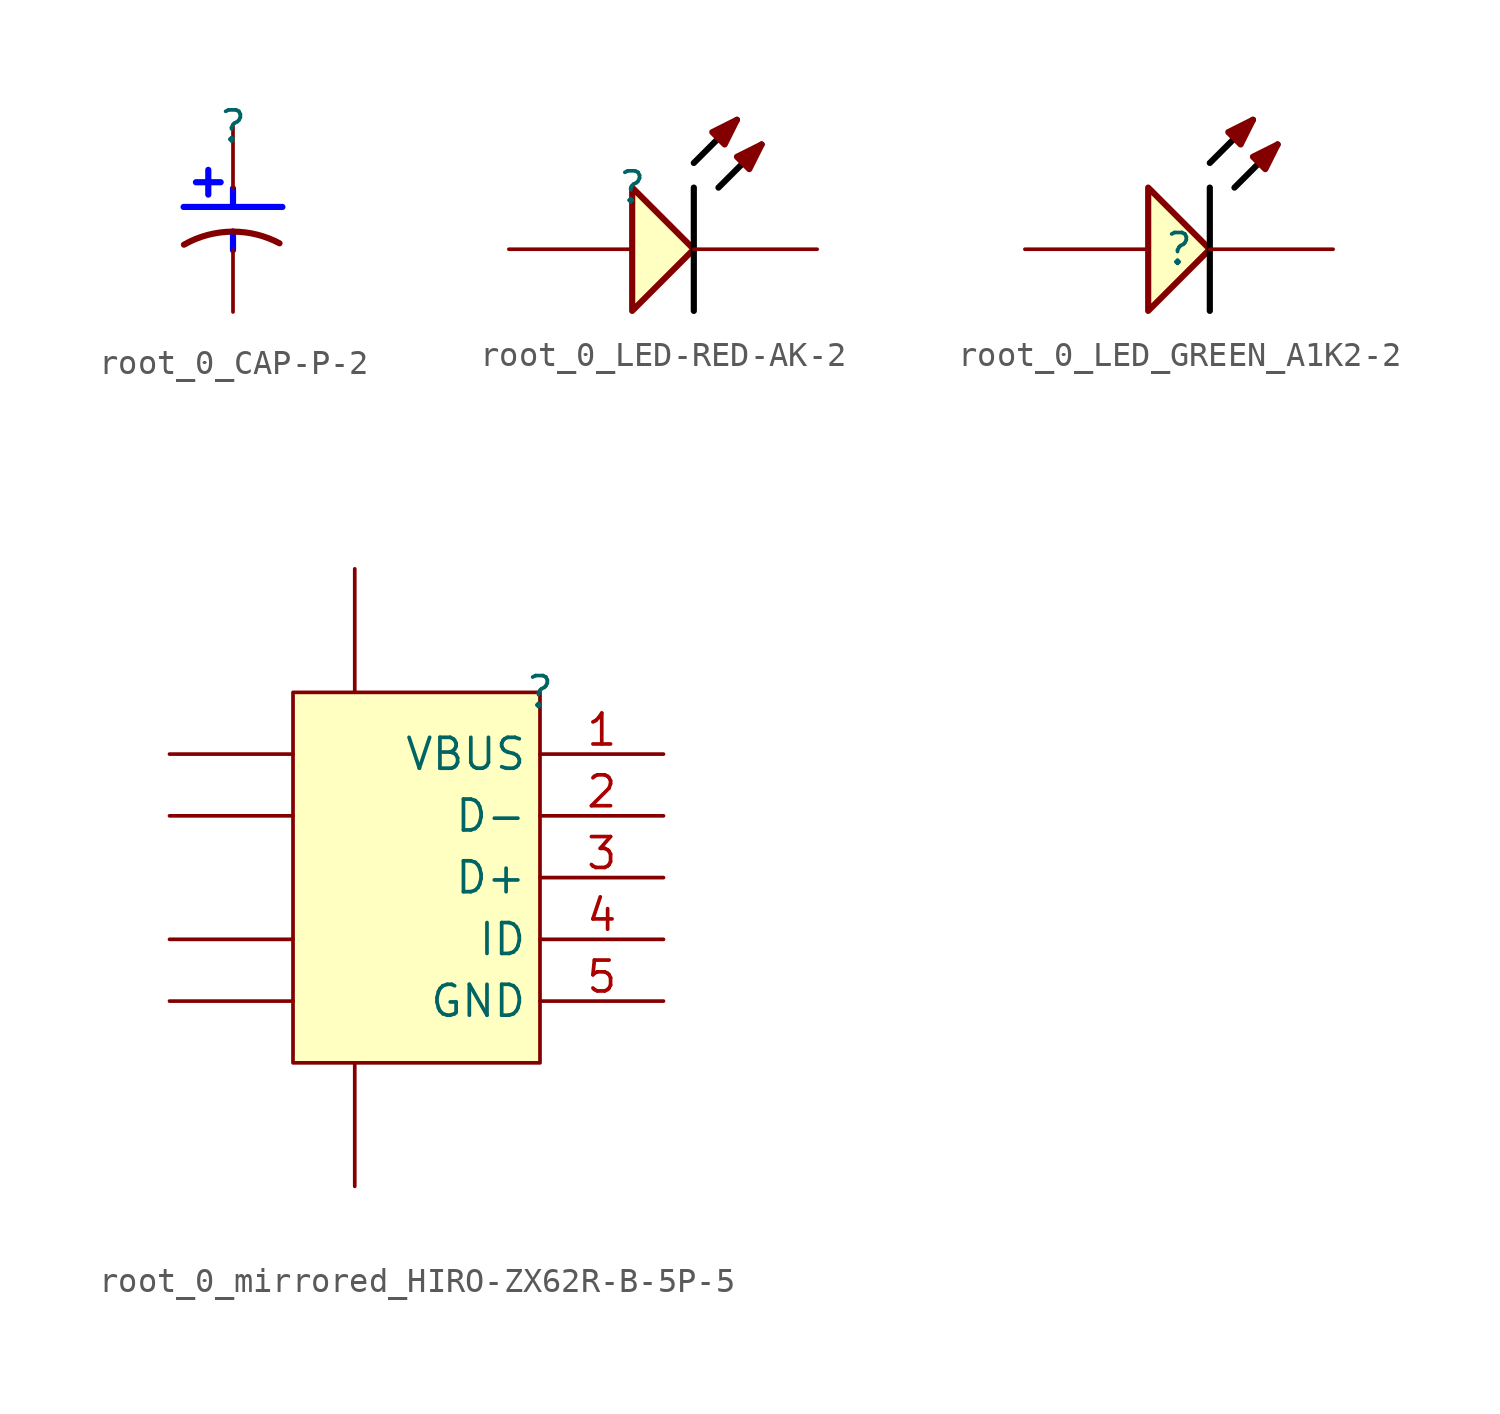
<source format=kicad_sym>
(kicad_symbol_lib
  (version 20220914)
  (generator kicad_symbol_editor)
  (symbol "root_0_CAP-P-2"
    (property "Reference" ""
      (at 0 0 0)
      (effects (font (size 1.27 1.27))))
    (property "Value" ""
      (at 0 0 0)
      (effects (font (size 1.27 1.27))))
    (symbol "root_0_CAP-P-2_1_0"
      (arc (start 0 -4.318) (mid -1.0431 -4.4541) (end -2.0163 -4.8535) (stroke (width 0.254) (type solid)) (fill (type none)))
      (polyline (pts (xy -2.032 -3.302) (xy 2.032 -3.302)) (stroke (width 0.254) (type solid) (color 0 0 255 1)) (fill (type none)))
      (polyline (pts (xy -1.524 -2.286) (xy -0.508 -2.286)) (stroke (width 0.254) (type solid) (color 0 0 255 1)) (fill (type none)))
      (polyline (pts (xy -1.016 -1.778) (xy -1.016 -2.794)) (stroke (width 0.254) (type solid) (color 0 0 255 1)) (fill (type none)))
      (polyline (pts (xy 0 -4.318) (xy 0 -5.08)) (stroke (width 0.254) (type solid) (color 0 0 255 1)) (fill (type none)))
      (polyline (pts (xy 0 -2.54) (xy 0 -3.302)) (stroke (width 0.254) (type solid) (color 0 0 255 1)) (fill (type none)))
      (arc (start 1.9124 -4.7961) (mid 0.9856 -4.4393) (end 0 -4.318) (stroke (width 0.254) (type solid)) (fill (type none)))
      (pin passive line (at 0 0 270) (length 2.54) (name "1" (effects (font (size 0 0)))) (number "1" (effects (font (size 0 0)))))
      (pin passive line (at 0 -7.62 90) (length 2.54) (name "2" (effects (font (size 0 0)))) (number "2" (effects (font (size 0 0)))))))
  (symbol "root_0_LED-RED-AK-2"
    (property "Reference" ""
      (at 0 0 0)
      (effects (font (size 1.27 1.27))))
    (property "Value" ""
      (at 0 0 0)
      (effects (font (size 1.27 1.27))))
    (symbol "root_0_LED-RED-AK-2_1_0"
      (polyline (pts (xy 2.54 0) (xy 2.54 -5.08)) (stroke (width 0.254) (type solid) (color 0 0 0 1)) (fill (type none)))
      (polyline (pts (xy 2.54 1.016) (xy 4.318 2.794)) (stroke (width 0.254) (type solid) (color 0 0 0 1)) (fill (type none)))
      (polyline (pts (xy 3.556 0) (xy 5.334 1.778)) (stroke (width 0.254) (type solid) (color 0 0 0 1)) (fill (type none)))
      (polyline (pts (xy 0 -5.08) (xy 2.54 -2.54) (xy 0 0) (xy 0 -5.08)) (stroke (width 0.254) (type solid)) (fill (type background)))
      (polyline (pts (xy 4.318 2.794) (xy 3.302 2.286) (xy 3.81 1.778) (xy 4.318 2.794)) (stroke (width 0.254) (type solid)) (fill (type outline)))
      (polyline (pts (xy 5.334 1.778) (xy 4.318 1.27) (xy 4.826 0.762) (xy 5.334 1.778)) (stroke (width 0.254) (type solid)) (fill (type outline)))
      (pin passive line (at -5.08 -2.54 0) (length 5.08) (name "A" (effects (font (size 0 0)))) (number "1" (effects (font (size 0 0)))))
      (pin passive line (at 7.62 -2.54 180) (length 5.08) (name "K" (effects (font (size 0 0)))) (number "2" (effects (font (size 0 0)))))))
  (symbol "root_0_LED_GREEN_A1K2-2"
    (property "Reference" ""
      (at 0 0 0)
      (effects (font (size 1.27 1.27))))
    (property "Value" ""
      (at 0 0 0)
      (effects (font (size 1.27 1.27))))
    (symbol "root_0_LED_GREEN_A1K2-2_1_0"
      (polyline (pts (xy 1.27 2.54) (xy 1.27 -2.54)) (stroke (width 0.254) (type solid) (color 0 0 0 1)) (fill (type none)))
      (polyline (pts (xy 1.27 3.556) (xy 3.048 5.334)) (stroke (width 0.254) (type solid) (color 0 0 0 1)) (fill (type none)))
      (polyline (pts (xy 2.286 2.54) (xy 4.064 4.318)) (stroke (width 0.254) (type solid) (color 0 0 0 1)) (fill (type none)))
      (polyline (pts (xy -1.27 -2.54) (xy 1.27 0) (xy -1.27 2.54) (xy -1.27 -2.54)) (stroke (width 0.254) (type solid)) (fill (type background)))
      (polyline (pts (xy 3.048 5.334) (xy 2.032 4.826) (xy 2.54 4.318) (xy 3.048 5.334)) (stroke (width 0.254) (type solid)) (fill (type outline)))
      (polyline (pts (xy 4.064 4.318) (xy 3.048 3.81) (xy 3.556 3.302) (xy 4.064 4.318)) (stroke (width 0.254) (type solid)) (fill (type outline)))
      (pin passive line (at -6.35 0 0) (length 5.08) (name "A" (effects (font (size 0 0)))) (number "1" (effects (font (size 0 0)))))
      (pin passive line (at 6.35 0 180) (length 5.08) (name "K" (effects (font (size 0 0)))) (number "2" (effects (font (size 0 0)))))))
  (symbol "root_0_mirrored_HIRO-ZX62R-B-5P-5"
    (property "Reference" ""
      (at 0 0 0)
      (effects (font (size 1.27 1.27))))
    (property "Value" ""
      (at 0 0 0)
      (effects (font (size 1.27 1.27))))
    (symbol "root_0_mirrored_HIRO-ZX62R-B-5P-5_1_0"
      (rectangle (start 0 0) (end -10.16 -15.24) (stroke (width 0) (type solid)) (fill (type background)))
      (pin power_in line (at 5.08 -2.54 180) (length 5.08) (name "VBUS" (effects (font (size 1.27 1.27)))) (number "1" (effects (font (size 1.27 1.27)))))
      (pin passive line (at -15.24 -2.54 0) (length 5.08) (name "SHLD" (effects (font (size 0 0)))) (number "10" (effects (font (size 0 0)))))
      (pin passive line (at -7.62 5.08 270) (length 5.08) (name "SHLD" (effects (font (size 0 0)))) (number "11" (effects (font (size 0 0)))))
      (pin bidirectional line (at 5.08 -5.08 180) (length 5.08) (name "D-" (effects (font (size 1.27 1.27)))) (number "2" (effects (font (size 1.27 1.27)))))
      (pin bidirectional line (at 5.08 -7.62 180) (length 5.08) (name "D+" (effects (font (size 1.27 1.27)))) (number "3" (effects (font (size 1.27 1.27)))))
      (pin passive line (at 5.08 -10.16 180) (length 5.08) (name "ID" (effects (font (size 1.27 1.27)))) (number "4" (effects (font (size 1.27 1.27)))))
      (pin power_in line (at 5.08 -12.7 180) (length 5.08) (name "GND" (effects (font (size 1.27 1.27)))) (number "5" (effects (font (size 1.27 1.27)))))
      (pin passive line (at -7.62 -20.32 90) (length 5.08) (name "SHLD" (effects (font (size 0 0)))) (number "6" (effects (font (size 0 0)))))
      (pin passive line (at -15.24 -12.7 0) (length 5.08) (name "SHLD" (effects (font (size 0 0)))) (number "7" (effects (font (size 0 0)))))
      (pin passive line (at -15.24 -10.16 0) (length 5.08) (name "SHLD" (effects (font (size 0 0)))) (number "8" (effects (font (size 0 0)))))
      (pin passive line (at -15.24 -5.08 0) (length 5.08) (name "SHLD" (effects (font (size 0 0)))) (number "9" (effects (font (size 0 0))))))))
</source>
